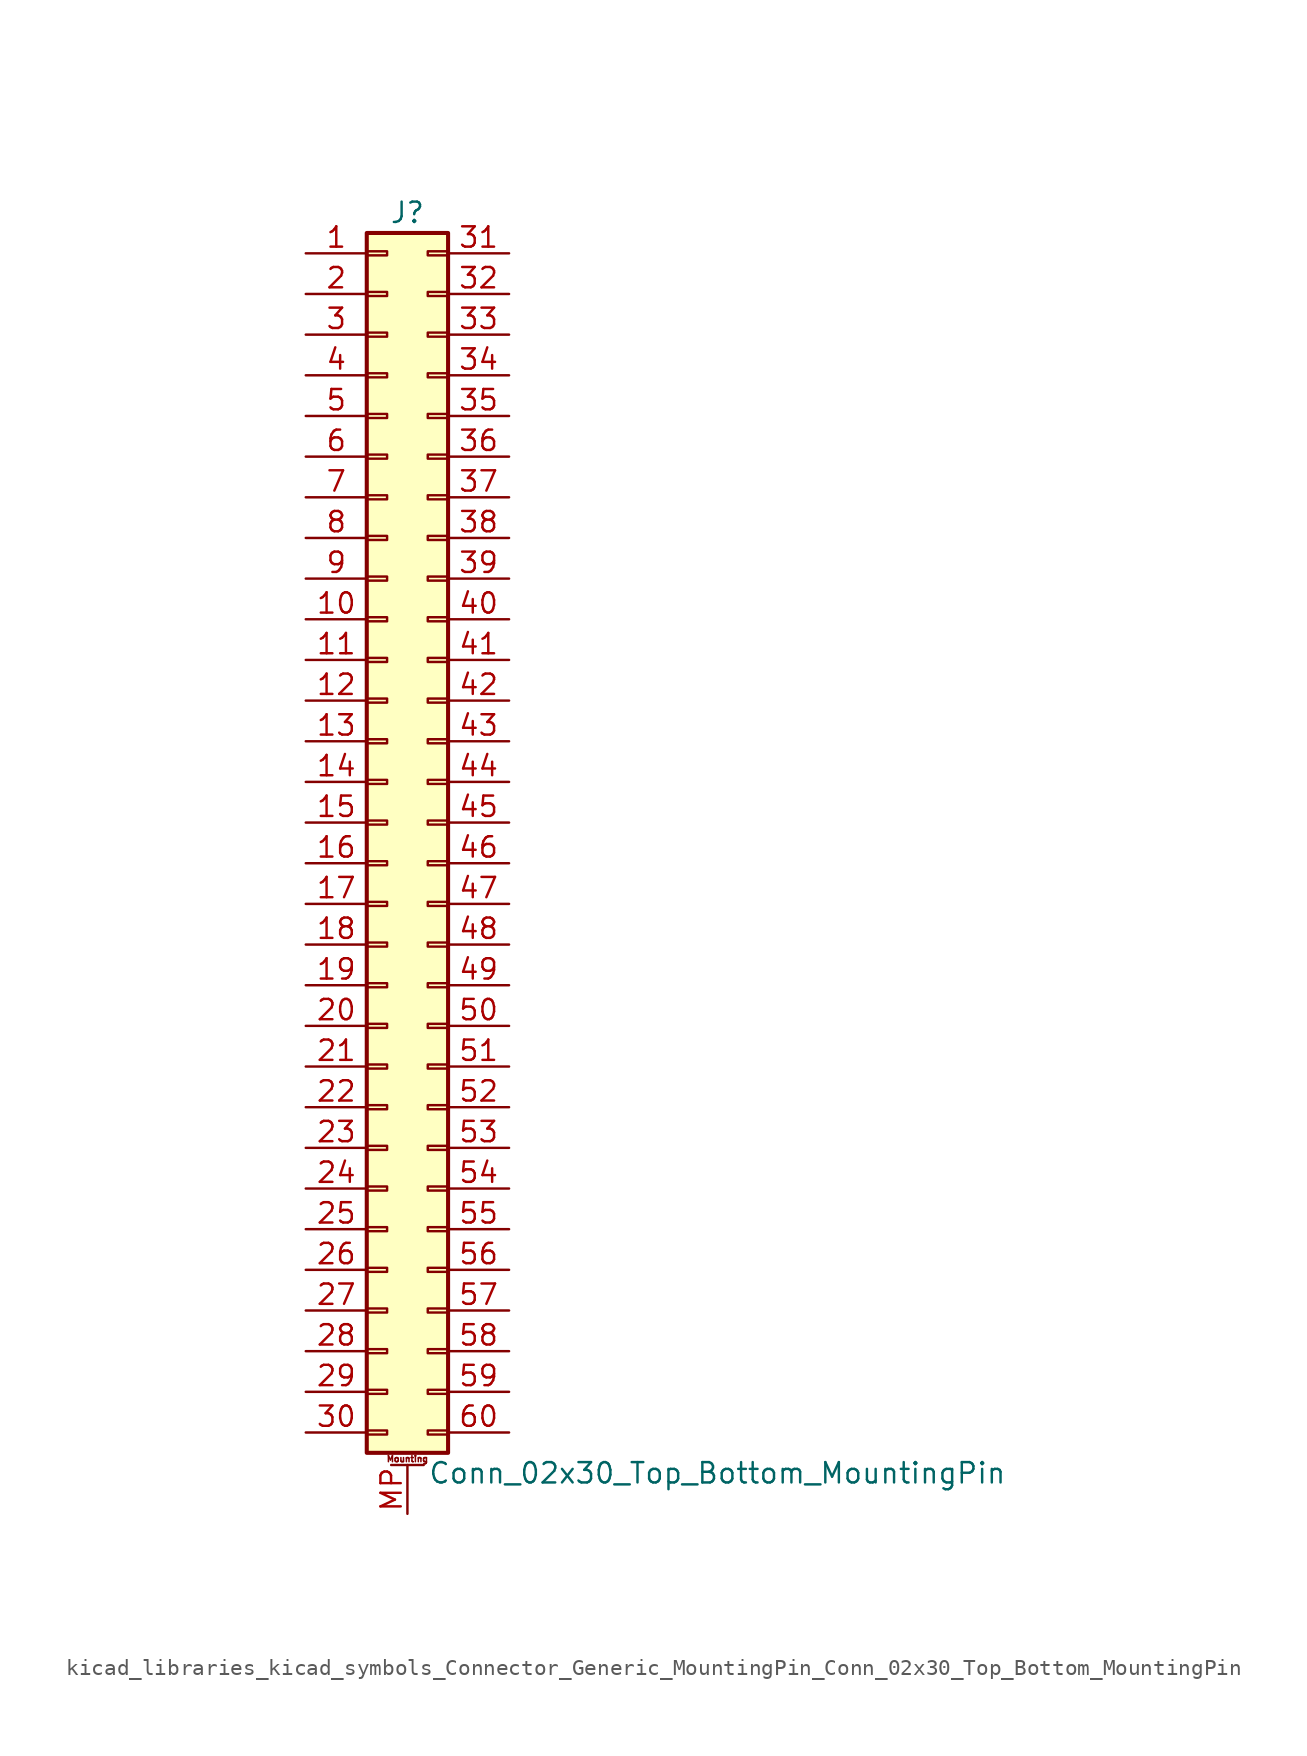
<source format=kicad_sym>
(kicad_symbol_lib
  (version 20220914)
  (generator kicad_symbol_editor)
  (symbol "kicad_libraries_kicad_symbols_Connector_Generic_MountingPin_Conn_02x30_Top_Bottom_MountingPin"
    (pin_names
      (offset 1.016) hide)
    (property "Reference" "J"
      (at 1.27 38.1 0)
      (effects (font (size 1.27 1.27))))
    (property "Value" "Conn_02x30_Top_Bottom_MountingPin"
      (at 2.54 -40.64 0)
      (effects (font (size 1.27 1.27)) (justify left)))
    (symbol "kicad_libraries_kicad_symbols_Connector_Generic_MountingPin_Conn_02x30_Top_Bottom_MountingPin_1_1"
      (rectangle (start -1.27 -37.973) (end 0 -38.227) (stroke (width 0.152) (type default)) (fill (type none)))
      (rectangle (start -1.27 -35.433) (end 0 -35.687) (stroke (width 0.152) (type default)) (fill (type none)))
      (rectangle (start -1.27 -32.893) (end 0 -33.147) (stroke (width 0.152) (type default)) (fill (type none)))
      (rectangle (start -1.27 -30.353) (end 0 -30.607) (stroke (width 0.152) (type default)) (fill (type none)))
      (rectangle (start -1.27 -27.813) (end 0 -28.067) (stroke (width 0.152) (type default)) (fill (type none)))
      (rectangle (start -1.27 -25.273) (end 0 -25.527) (stroke (width 0.152) (type default)) (fill (type none)))
      (rectangle (start -1.27 -22.733) (end 0 -22.987) (stroke (width 0.152) (type default)) (fill (type none)))
      (rectangle (start -1.27 -20.193) (end 0 -20.447) (stroke (width 0.152) (type default)) (fill (type none)))
      (rectangle (start -1.27 -17.653) (end 0 -17.907) (stroke (width 0.152) (type default)) (fill (type none)))
      (rectangle (start -1.27 -15.113) (end 0 -15.367) (stroke (width 0.152) (type default)) (fill (type none)))
      (rectangle (start -1.27 -12.573) (end 0 -12.827) (stroke (width 0.152) (type default)) (fill (type none)))
      (rectangle (start -1.27 -10.033) (end 0 -10.287) (stroke (width 0.152) (type default)) (fill (type none)))
      (rectangle (start -1.27 -7.493) (end 0 -7.747) (stroke (width 0.152) (type default)) (fill (type none)))
      (rectangle (start -1.27 -4.953) (end 0 -5.207) (stroke (width 0.152) (type default)) (fill (type none)))
      (rectangle (start -1.27 -2.413) (end 0 -2.667) (stroke (width 0.152) (type default)) (fill (type none)))
      (rectangle (start -1.27 0.127) (end 0 -0.127) (stroke (width 0.152) (type default)) (fill (type none)))
      (rectangle (start -1.27 2.667) (end 0 2.413) (stroke (width 0.152) (type default)) (fill (type none)))
      (rectangle (start -1.27 5.207) (end 0 4.953) (stroke (width 0.152) (type default)) (fill (type none)))
      (rectangle (start -1.27 7.747) (end 0 7.493) (stroke (width 0.152) (type default)) (fill (type none)))
      (rectangle (start -1.27 10.287) (end 0 10.033) (stroke (width 0.152) (type default)) (fill (type none)))
      (rectangle (start -1.27 12.827) (end 0 12.573) (stroke (width 0.152) (type default)) (fill (type none)))
      (rectangle (start -1.27 15.367) (end 0 15.113) (stroke (width 0.152) (type default)) (fill (type none)))
      (rectangle (start -1.27 17.907) (end 0 17.653) (stroke (width 0.152) (type default)) (fill (type none)))
      (rectangle (start -1.27 20.447) (end 0 20.193) (stroke (width 0.152) (type default)) (fill (type none)))
      (rectangle (start -1.27 22.987) (end 0 22.733) (stroke (width 0.152) (type default)) (fill (type none)))
      (rectangle (start -1.27 25.527) (end 0 25.273) (stroke (width 0.152) (type default)) (fill (type none)))
      (rectangle (start -1.27 28.067) (end 0 27.813) (stroke (width 0.152) (type default)) (fill (type none)))
      (rectangle (start -1.27 30.607) (end 0 30.353) (stroke (width 0.152) (type default)) (fill (type none)))
      (rectangle (start -1.27 33.147) (end 0 32.893) (stroke (width 0.152) (type default)) (fill (type none)))
      (rectangle (start -1.27 35.687) (end 0 35.433) (stroke (width 0.152) (type default)) (fill (type none)))
      (rectangle (start -1.27 36.83) (end 3.81 -39.37) (stroke (width 0.254) (type default)) (fill (type background)))
      (polyline (pts (xy 0.254 -40.132) (xy 2.286 -40.132)) (stroke (width 0.152) (type default)) (fill (type none)))
      (rectangle (start 3.81 -37.973) (end 2.54 -38.227) (stroke (width 0.152) (type default)) (fill (type none)))
      (rectangle (start 3.81 -35.433) (end 2.54 -35.687) (stroke (width 0.152) (type default)) (fill (type none)))
      (rectangle (start 3.81 -32.893) (end 2.54 -33.147) (stroke (width 0.152) (type default)) (fill (type none)))
      (rectangle (start 3.81 -30.353) (end 2.54 -30.607) (stroke (width 0.152) (type default)) (fill (type none)))
      (rectangle (start 3.81 -27.813) (end 2.54 -28.067) (stroke (width 0.152) (type default)) (fill (type none)))
      (rectangle (start 3.81 -25.273) (end 2.54 -25.527) (stroke (width 0.152) (type default)) (fill (type none)))
      (rectangle (start 3.81 -22.733) (end 2.54 -22.987) (stroke (width 0.152) (type default)) (fill (type none)))
      (rectangle (start 3.81 -20.193) (end 2.54 -20.447) (stroke (width 0.152) (type default)) (fill (type none)))
      (rectangle (start 3.81 -17.653) (end 2.54 -17.907) (stroke (width 0.152) (type default)) (fill (type none)))
      (rectangle (start 3.81 -15.113) (end 2.54 -15.367) (stroke (width 0.152) (type default)) (fill (type none)))
      (rectangle (start 3.81 -12.573) (end 2.54 -12.827) (stroke (width 0.152) (type default)) (fill (type none)))
      (rectangle (start 3.81 -10.033) (end 2.54 -10.287) (stroke (width 0.152) (type default)) (fill (type none)))
      (rectangle (start 3.81 -7.493) (end 2.54 -7.747) (stroke (width 0.152) (type default)) (fill (type none)))
      (rectangle (start 3.81 -4.953) (end 2.54 -5.207) (stroke (width 0.152) (type default)) (fill (type none)))
      (rectangle (start 3.81 -2.413) (end 2.54 -2.667) (stroke (width 0.152) (type default)) (fill (type none)))
      (rectangle (start 3.81 0.127) (end 2.54 -0.127) (stroke (width 0.152) (type default)) (fill (type none)))
      (rectangle (start 3.81 2.667) (end 2.54 2.413) (stroke (width 0.152) (type default)) (fill (type none)))
      (rectangle (start 3.81 5.207) (end 2.54 4.953) (stroke (width 0.152) (type default)) (fill (type none)))
      (rectangle (start 3.81 7.747) (end 2.54 7.493) (stroke (width 0.152) (type default)) (fill (type none)))
      (rectangle (start 3.81 10.287) (end 2.54 10.033) (stroke (width 0.152) (type default)) (fill (type none)))
      (rectangle (start 3.81 12.827) (end 2.54 12.573) (stroke (width 0.152) (type default)) (fill (type none)))
      (rectangle (start 3.81 15.367) (end 2.54 15.113) (stroke (width 0.152) (type default)) (fill (type none)))
      (rectangle (start 3.81 17.907) (end 2.54 17.653) (stroke (width 0.152) (type default)) (fill (type none)))
      (rectangle (start 3.81 20.447) (end 2.54 20.193) (stroke (width 0.152) (type default)) (fill (type none)))
      (rectangle (start 3.81 22.987) (end 2.54 22.733) (stroke (width 0.152) (type default)) (fill (type none)))
      (rectangle (start 3.81 25.527) (end 2.54 25.273) (stroke (width 0.152) (type default)) (fill (type none)))
      (rectangle (start 3.81 28.067) (end 2.54 27.813) (stroke (width 0.152) (type default)) (fill (type none)))
      (rectangle (start 3.81 30.607) (end 2.54 30.353) (stroke (width 0.152) (type default)) (fill (type none)))
      (rectangle (start 3.81 33.147) (end 2.54 32.893) (stroke (width 0.152) (type default)) (fill (type none)))
      (rectangle (start 3.81 35.687) (end 2.54 35.433) (stroke (width 0.152) (type default)) (fill (type none)))
      (text "Mounting" (at 1.27 -39.751 0) (effects (font (size 0.381 0.381))))
      (pin passive line (at -5.08 35.56 0) (length 3.81) (name "Pin_1" (effects (font (size 1.27 1.27)))) (number "1" (effects (font (size 1.27 1.27)))))
      (pin passive line (at -5.08 12.7 0) (length 3.81) (name "Pin_10" (effects (font (size 1.27 1.27)))) (number "10" (effects (font (size 1.27 1.27)))))
      (pin passive line (at -5.08 10.16 0) (length 3.81) (name "Pin_11" (effects (font (size 1.27 1.27)))) (number "11" (effects (font (size 1.27 1.27)))))
      (pin passive line (at -5.08 7.62 0) (length 3.81) (name "Pin_12" (effects (font (size 1.27 1.27)))) (number "12" (effects (font (size 1.27 1.27)))))
      (pin passive line (at -5.08 5.08 0) (length 3.81) (name "Pin_13" (effects (font (size 1.27 1.27)))) (number "13" (effects (font (size 1.27 1.27)))))
      (pin passive line (at -5.08 2.54 0) (length 3.81) (name "Pin_14" (effects (font (size 1.27 1.27)))) (number "14" (effects (font (size 1.27 1.27)))))
      (pin passive line (at -5.08 0 0) (length 3.81) (name "Pin_15" (effects (font (size 1.27 1.27)))) (number "15" (effects (font (size 1.27 1.27)))))
      (pin passive line (at -5.08 -2.54 0) (length 3.81) (name "Pin_16" (effects (font (size 1.27 1.27)))) (number "16" (effects (font (size 1.27 1.27)))))
      (pin passive line (at -5.08 -5.08 0) (length 3.81) (name "Pin_17" (effects (font (size 1.27 1.27)))) (number "17" (effects (font (size 1.27 1.27)))))
      (pin passive line (at -5.08 -7.62 0) (length 3.81) (name "Pin_18" (effects (font (size 1.27 1.27)))) (number "18" (effects (font (size 1.27 1.27)))))
      (pin passive line (at -5.08 -10.16 0) (length 3.81) (name "Pin_19" (effects (font (size 1.27 1.27)))) (number "19" (effects (font (size 1.27 1.27)))))
      (pin passive line (at -5.08 33.02 0) (length 3.81) (name "Pin_2" (effects (font (size 1.27 1.27)))) (number "2" (effects (font (size 1.27 1.27)))))
      (pin passive line (at -5.08 -12.7 0) (length 3.81) (name "Pin_20" (effects (font (size 1.27 1.27)))) (number "20" (effects (font (size 1.27 1.27)))))
      (pin passive line (at -5.08 -15.24 0) (length 3.81) (name "Pin_21" (effects (font (size 1.27 1.27)))) (number "21" (effects (font (size 1.27 1.27)))))
      (pin passive line (at -5.08 -17.78 0) (length 3.81) (name "Pin_22" (effects (font (size 1.27 1.27)))) (number "22" (effects (font (size 1.27 1.27)))))
      (pin passive line (at -5.08 -20.32 0) (length 3.81) (name "Pin_23" (effects (font (size 1.27 1.27)))) (number "23" (effects (font (size 1.27 1.27)))))
      (pin passive line (at -5.08 -22.86 0) (length 3.81) (name "Pin_24" (effects (font (size 1.27 1.27)))) (number "24" (effects (font (size 1.27 1.27)))))
      (pin passive line (at -5.08 -25.4 0) (length 3.81) (name "Pin_25" (effects (font (size 1.27 1.27)))) (number "25" (effects (font (size 1.27 1.27)))))
      (pin passive line (at -5.08 -27.94 0) (length 3.81) (name "Pin_26" (effects (font (size 1.27 1.27)))) (number "26" (effects (font (size 1.27 1.27)))))
      (pin passive line (at -5.08 -30.48 0) (length 3.81) (name "Pin_27" (effects (font (size 1.27 1.27)))) (number "27" (effects (font (size 1.27 1.27)))))
      (pin passive line (at -5.08 -33.02 0) (length 3.81) (name "Pin_28" (effects (font (size 1.27 1.27)))) (number "28" (effects (font (size 1.27 1.27)))))
      (pin passive line (at -5.08 -35.56 0) (length 3.81) (name "Pin_29" (effects (font (size 1.27 1.27)))) (number "29" (effects (font (size 1.27 1.27)))))
      (pin passive line (at -5.08 30.48 0) (length 3.81) (name "Pin_3" (effects (font (size 1.27 1.27)))) (number "3" (effects (font (size 1.27 1.27)))))
      (pin passive line (at -5.08 -38.1 0) (length 3.81) (name "Pin_30" (effects (font (size 1.27 1.27)))) (number "30" (effects (font (size 1.27 1.27)))))
      (pin passive line (at 7.62 35.56 180) (length 3.81) (name "Pin_31" (effects (font (size 1.27 1.27)))) (number "31" (effects (font (size 1.27 1.27)))))
      (pin passive line (at 7.62 33.02 180) (length 3.81) (name "Pin_32" (effects (font (size 1.27 1.27)))) (number "32" (effects (font (size 1.27 1.27)))))
      (pin passive line (at 7.62 30.48 180) (length 3.81) (name "Pin_33" (effects (font (size 1.27 1.27)))) (number "33" (effects (font (size 1.27 1.27)))))
      (pin passive line (at 7.62 27.94 180) (length 3.81) (name "Pin_34" (effects (font (size 1.27 1.27)))) (number "34" (effects (font (size 1.27 1.27)))))
      (pin passive line (at 7.62 25.4 180) (length 3.81) (name "Pin_35" (effects (font (size 1.27 1.27)))) (number "35" (effects (font (size 1.27 1.27)))))
      (pin passive line (at 7.62 22.86 180) (length 3.81) (name "Pin_36" (effects (font (size 1.27 1.27)))) (number "36" (effects (font (size 1.27 1.27)))))
      (pin passive line (at 7.62 20.32 180) (length 3.81) (name "Pin_37" (effects (font (size 1.27 1.27)))) (number "37" (effects (font (size 1.27 1.27)))))
      (pin passive line (at 7.62 17.78 180) (length 3.81) (name "Pin_38" (effects (font (size 1.27 1.27)))) (number "38" (effects (font (size 1.27 1.27)))))
      (pin passive line (at 7.62 15.24 180) (length 3.81) (name "Pin_39" (effects (font (size 1.27 1.27)))) (number "39" (effects (font (size 1.27 1.27)))))
      (pin passive line (at -5.08 27.94 0) (length 3.81) (name "Pin_4" (effects (font (size 1.27 1.27)))) (number "4" (effects (font (size 1.27 1.27)))))
      (pin passive line (at 7.62 12.7 180) (length 3.81) (name "Pin_40" (effects (font (size 1.27 1.27)))) (number "40" (effects (font (size 1.27 1.27)))))
      (pin passive line (at 7.62 10.16 180) (length 3.81) (name "Pin_41" (effects (font (size 1.27 1.27)))) (number "41" (effects (font (size 1.27 1.27)))))
      (pin passive line (at 7.62 7.62 180) (length 3.81) (name "Pin_42" (effects (font (size 1.27 1.27)))) (number "42" (effects (font (size 1.27 1.27)))))
      (pin passive line (at 7.62 5.08 180) (length 3.81) (name "Pin_43" (effects (font (size 1.27 1.27)))) (number "43" (effects (font (size 1.27 1.27)))))
      (pin passive line (at 7.62 2.54 180) (length 3.81) (name "Pin_44" (effects (font (size 1.27 1.27)))) (number "44" (effects (font (size 1.27 1.27)))))
      (pin passive line (at 7.62 0 180) (length 3.81) (name "Pin_45" (effects (font (size 1.27 1.27)))) (number "45" (effects (font (size 1.27 1.27)))))
      (pin passive line (at 7.62 -2.54 180) (length 3.81) (name "Pin_46" (effects (font (size 1.27 1.27)))) (number "46" (effects (font (size 1.27 1.27)))))
      (pin passive line (at 7.62 -5.08 180) (length 3.81) (name "Pin_47" (effects (font (size 1.27 1.27)))) (number "47" (effects (font (size 1.27 1.27)))))
      (pin passive line (at 7.62 -7.62 180) (length 3.81) (name "Pin_48" (effects (font (size 1.27 1.27)))) (number "48" (effects (font (size 1.27 1.27)))))
      (pin passive line (at 7.62 -10.16 180) (length 3.81) (name "Pin_49" (effects (font (size 1.27 1.27)))) (number "49" (effects (font (size 1.27 1.27)))))
      (pin passive line (at -5.08 25.4 0) (length 3.81) (name "Pin_5" (effects (font (size 1.27 1.27)))) (number "5" (effects (font (size 1.27 1.27)))))
      (pin passive line (at 7.62 -12.7 180) (length 3.81) (name "Pin_50" (effects (font (size 1.27 1.27)))) (number "50" (effects (font (size 1.27 1.27)))))
      (pin passive line (at 7.62 -15.24 180) (length 3.81) (name "Pin_51" (effects (font (size 1.27 1.27)))) (number "51" (effects (font (size 1.27 1.27)))))
      (pin passive line (at 7.62 -17.78 180) (length 3.81) (name "Pin_52" (effects (font (size 1.27 1.27)))) (number "52" (effects (font (size 1.27 1.27)))))
      (pin passive line (at 7.62 -20.32 180) (length 3.81) (name "Pin_53" (effects (font (size 1.27 1.27)))) (number "53" (effects (font (size 1.27 1.27)))))
      (pin passive line (at 7.62 -22.86 180) (length 3.81) (name "Pin_54" (effects (font (size 1.27 1.27)))) (number "54" (effects (font (size 1.27 1.27)))))
      (pin passive line (at 7.62 -25.4 180) (length 3.81) (name "Pin_55" (effects (font (size 1.27 1.27)))) (number "55" (effects (font (size 1.27 1.27)))))
      (pin passive line (at 7.62 -27.94 180) (length 3.81) (name "Pin_56" (effects (font (size 1.27 1.27)))) (number "56" (effects (font (size 1.27 1.27)))))
      (pin passive line (at 7.62 -30.48 180) (length 3.81) (name "Pin_57" (effects (font (size 1.27 1.27)))) (number "57" (effects (font (size 1.27 1.27)))))
      (pin passive line (at 7.62 -33.02 180) (length 3.81) (name "Pin_58" (effects (font (size 1.27 1.27)))) (number "58" (effects (font (size 1.27 1.27)))))
      (pin passive line (at 7.62 -35.56 180) (length 3.81) (name "Pin_59" (effects (font (size 1.27 1.27)))) (number "59" (effects (font (size 1.27 1.27)))))
      (pin passive line (at -5.08 22.86 0) (length 3.81) (name "Pin_6" (effects (font (size 1.27 1.27)))) (number "6" (effects (font (size 1.27 1.27)))))
      (pin passive line (at 7.62 -38.1 180) (length 3.81) (name "Pin_60" (effects (font (size 1.27 1.27)))) (number "60" (effects (font (size 1.27 1.27)))))
      (pin passive line (at -5.08 20.32 0) (length 3.81) (name "Pin_7" (effects (font (size 1.27 1.27)))) (number "7" (effects (font (size 1.27 1.27)))))
      (pin passive line (at -5.08 17.78 0) (length 3.81) (name "Pin_8" (effects (font (size 1.27 1.27)))) (number "8" (effects (font (size 1.27 1.27)))))
      (pin passive line (at -5.08 15.24 0) (length 3.81) (name "Pin_9" (effects (font (size 1.27 1.27)))) (number "9" (effects (font (size 1.27 1.27)))))
      (pin passive line (at 1.27 -43.18 90) (length 3.048) (name "MountPin" (effects (font (size 1.27 1.27)))) (number "MP" (effects (font (size 1.27 1.27))))))))
</source>
